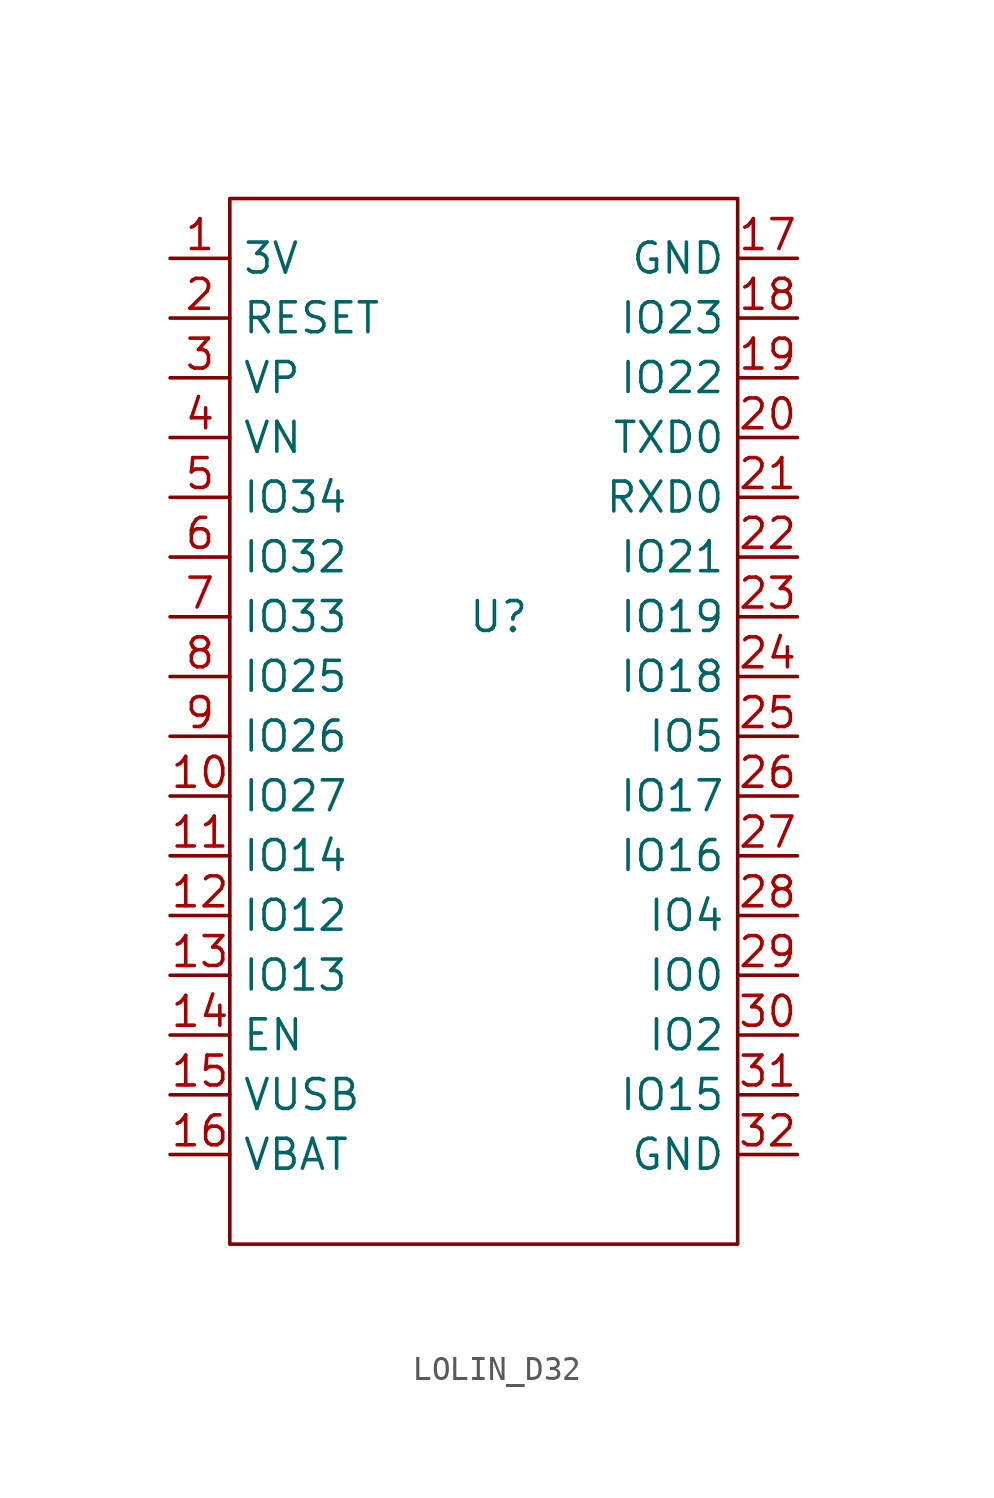
<source format=kicad_sym>
(kicad_symbol_lib
  (version 20220914)
  (generator kicad_symbol_editor)
  (symbol "LOLIN_D32"
    (property "Reference" "U"
      (at 0 0 0)
      (effects (font (size 1.27 1.27))))
    (property "Value" ""
      (at 13.97 0 0)
      (effects (font (size 1.27 1.27))))
    (symbol "LOLIN_D32_0_1"
      (rectangle (start -11.43 17.78) (end 10.16 -26.67) (stroke (width 0) (type default)) (fill (type none))))
    (symbol "LOLIN_D32_1_1"
      (pin output line (at -13.97 15.24 0) (length 2.54) (name "3V" (effects (font (size 1.27 1.27)))) (number "1" (effects (font (size 1.27 1.27)))))
      (pin bidirectional line (at -13.97 -7.62 0) (length 2.54) (name "IO27" (effects (font (size 1.27 1.27)))) (number "10" (effects (font (size 1.27 1.27)))))
      (pin bidirectional line (at -13.97 -10.16 0) (length 2.54) (name "IO14" (effects (font (size 1.27 1.27)))) (number "11" (effects (font (size 1.27 1.27)))))
      (pin bidirectional line (at -13.97 -12.7 0) (length 2.54) (name "IO12" (effects (font (size 1.27 1.27)))) (number "12" (effects (font (size 1.27 1.27)))))
      (pin bidirectional line (at -13.97 -15.24 0) (length 2.54) (name "IO13" (effects (font (size 1.27 1.27)))) (number "13" (effects (font (size 1.27 1.27)))))
      (pin input line (at -13.97 -17.78 0) (length 2.54) (name "EN" (effects (font (size 1.27 1.27)))) (number "14" (effects (font (size 1.27 1.27)))))
      (pin input line (at -13.97 -20.32 0) (length 2.54) (name "VUSB" (effects (font (size 1.27 1.27)))) (number "15" (effects (font (size 1.27 1.27)))))
      (pin input line (at -13.97 -22.86 0) (length 2.54) (name "VBAT" (effects (font (size 1.27 1.27)))) (number "16" (effects (font (size 1.27 1.27)))))
      (pin passive line (at 12.7 15.24 180) (length 2.54) (name "GND" (effects (font (size 1.27 1.27)))) (number "17" (effects (font (size 1.27 1.27)))))
      (pin bidirectional line (at 12.7 12.7 180) (length 2.54) (name "IO23" (effects (font (size 1.27 1.27)))) (number "18" (effects (font (size 1.27 1.27)))))
      (pin bidirectional line (at 12.7 10.16 180) (length 2.54) (name "IO22" (effects (font (size 1.27 1.27)))) (number "19" (effects (font (size 1.27 1.27)))))
      (pin input line (at -13.97 12.7 0) (length 2.54) (name "RESET" (effects (font (size 1.27 1.27)))) (number "2" (effects (font (size 1.27 1.27)))))
      (pin output line (at 12.7 7.62 180) (length 2.54) (name "TXD0" (effects (font (size 1.27 1.27)))) (number "20" (effects (font (size 1.27 1.27)))))
      (pin input line (at 12.7 5.08 180) (length 2.54) (name "RXD0" (effects (font (size 1.27 1.27)))) (number "21" (effects (font (size 1.27 1.27)))))
      (pin bidirectional line (at 12.7 2.54 180) (length 2.54) (name "IO21" (effects (font (size 1.27 1.27)))) (number "22" (effects (font (size 1.27 1.27)))))
      (pin bidirectional line (at 12.7 0 180) (length 2.54) (name "IO19" (effects (font (size 1.27 1.27)))) (number "23" (effects (font (size 1.27 1.27)))))
      (pin bidirectional line (at 12.7 -2.54 180) (length 2.54) (name "IO18" (effects (font (size 1.27 1.27)))) (number "24" (effects (font (size 1.27 1.27)))))
      (pin bidirectional line (at 12.7 -5.08 180) (length 2.54) (name "IO5" (effects (font (size 1.27 1.27)))) (number "25" (effects (font (size 1.27 1.27)))))
      (pin bidirectional line (at 12.7 -7.62 180) (length 2.54) (name "IO17" (effects (font (size 1.27 1.27)))) (number "26" (effects (font (size 1.27 1.27)))))
      (pin bidirectional line (at 12.7 -10.16 180) (length 2.54) (name "IO16" (effects (font (size 1.27 1.27)))) (number "27" (effects (font (size 1.27 1.27)))))
      (pin bidirectional line (at 12.7 -12.7 180) (length 2.54) (name "IO4" (effects (font (size 1.27 1.27)))) (number "28" (effects (font (size 1.27 1.27)))))
      (pin bidirectional line (at 12.7 -15.24 180) (length 2.54) (name "IO0" (effects (font (size 1.27 1.27)))) (number "29" (effects (font (size 1.27 1.27)))))
      (pin input line (at -13.97 10.16 0) (length 2.54) (name "VP" (effects (font (size 1.27 1.27)))) (number "3" (effects (font (size 1.27 1.27)))))
      (pin bidirectional line (at 12.7 -17.78 180) (length 2.54) (name "IO2" (effects (font (size 1.27 1.27)))) (number "30" (effects (font (size 1.27 1.27)))))
      (pin bidirectional line (at 12.7 -20.32 180) (length 2.54) (name "IO15" (effects (font (size 1.27 1.27)))) (number "31" (effects (font (size 1.27 1.27)))))
      (pin passive line (at 12.7 -22.86 180) (length 2.54) (name "GND" (effects (font (size 1.27 1.27)))) (number "32" (effects (font (size 1.27 1.27)))))
      (pin input line (at -13.97 7.62 0) (length 2.54) (name "VN" (effects (font (size 1.27 1.27)))) (number "4" (effects (font (size 1.27 1.27)))))
      (pin bidirectional line (at -13.97 5.08 0) (length 2.54) (name "IO34" (effects (font (size 1.27 1.27)))) (number "5" (effects (font (size 1.27 1.27)))))
      (pin bidirectional line (at -13.97 2.54 0) (length 2.54) (name "IO32" (effects (font (size 1.27 1.27)))) (number "6" (effects (font (size 1.27 1.27)))))
      (pin bidirectional line (at -13.97 0 0) (length 2.54) (name "IO33" (effects (font (size 1.27 1.27)))) (number "7" (effects (font (size 1.27 1.27)))))
      (pin bidirectional line (at -13.97 -2.54 0) (length 2.54) (name "IO25" (effects (font (size 1.27 1.27)))) (number "8" (effects (font (size 1.27 1.27)))))
      (pin bidirectional line (at -13.97 -5.08 0) (length 2.54) (name "IO26" (effects (font (size 1.27 1.27)))) (number "9" (effects (font (size 1.27 1.27))))))))
</source>
